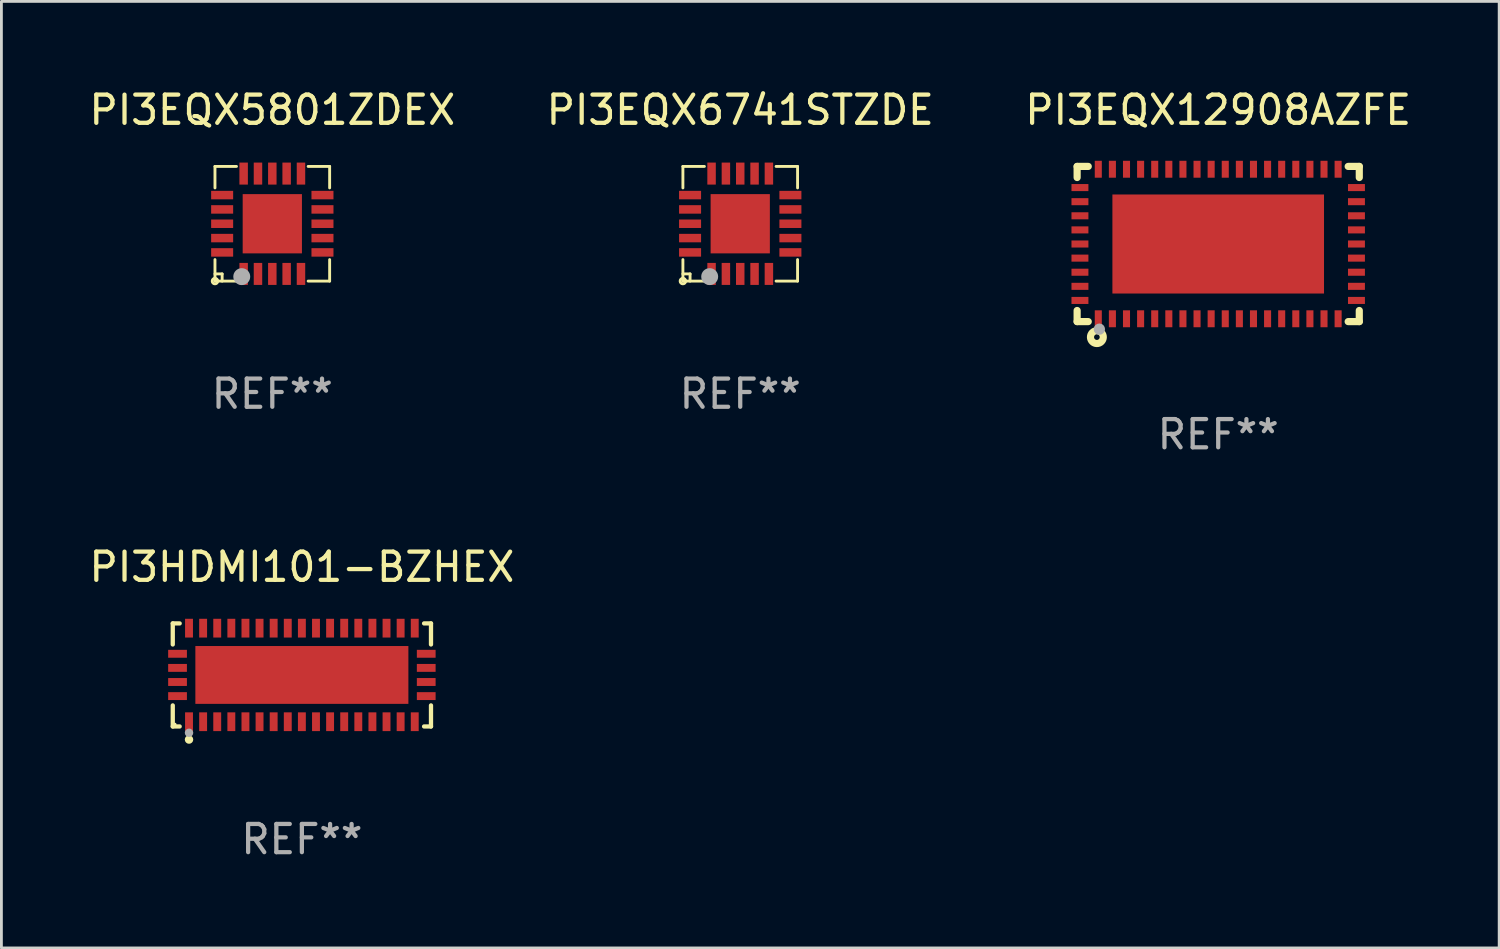
<source format=kicad_pcb>
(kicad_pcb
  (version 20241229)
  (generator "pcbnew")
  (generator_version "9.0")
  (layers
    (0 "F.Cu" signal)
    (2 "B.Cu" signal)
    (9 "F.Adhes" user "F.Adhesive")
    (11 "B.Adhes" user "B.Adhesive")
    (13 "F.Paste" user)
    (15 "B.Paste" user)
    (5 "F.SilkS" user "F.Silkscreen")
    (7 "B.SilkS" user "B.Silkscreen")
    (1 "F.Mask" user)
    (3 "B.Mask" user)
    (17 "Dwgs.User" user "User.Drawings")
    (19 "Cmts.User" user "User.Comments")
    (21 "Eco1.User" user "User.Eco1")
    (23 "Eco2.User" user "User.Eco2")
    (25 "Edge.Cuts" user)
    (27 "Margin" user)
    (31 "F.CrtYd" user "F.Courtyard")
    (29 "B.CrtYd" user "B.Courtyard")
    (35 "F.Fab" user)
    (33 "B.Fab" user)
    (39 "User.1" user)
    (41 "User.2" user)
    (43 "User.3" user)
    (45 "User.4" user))
  (footprint "PI3EQX6741STZDE"
    (layer "F.Cu")
    (at 23.185 4.88)
    (property "Reference" "PI3EQX6741STZDE" (at 0 -4.032 0) (layer "F.SilkS") (effects (font (size 1 1) (thickness 0.15))))
    (attr through_hole)
    (fp_line (start -2.032 -2.032) (end -1.27 -2.032) (stroke (width 0.102) (type solid)) (layer "F.SilkS"))
    (fp_line (start -2.032 -1.27) (end -2.032 -2.032) (stroke (width 0.102) (type solid)) (layer "F.SilkS"))
    (fp_line (start -2.032 1.778) (end -1.778 1.778) (stroke (width 0.102) (type solid)) (layer "F.SilkS"))
    (fp_line (start -2.032 2.032) (end -2.032 1.27) (stroke (width 0.102) (type solid)) (layer "F.SilkS"))
    (fp_line (start -1.778 1.778) (end -1.778 2.032) (stroke (width 0.102) (type solid)) (layer "F.SilkS"))
    (fp_line (start -1.27 2.032) (end -2.032 2.032) (stroke (width 0.102) (type solid)) (layer "F.SilkS"))
    (fp_line (start 1.27 -2.032) (end 2.032 -2.032) (stroke (width 0.102) (type solid)) (layer "F.SilkS"))
    (fp_line (start 1.27 2.032) (end 2.032 2.032) (stroke (width 0.102) (type solid)) (layer "F.SilkS"))
    (fp_line (start 2.032 -2.032) (end 2.032 -1.27) (stroke (width 0.102) (type solid)) (layer "F.SilkS"))
    (fp_line (start 2.032 2.032) (end 2.032 1.27) (stroke (width 0.102) (type solid)) (layer "F.SilkS"))
    (fp_circle (center -2.032 2.032) (end -1.933 2.032) (stroke (width 0.1) (type solid)) (fill no) (layer "F.SilkS"))
    (fp_circle (center -2.002 2) (end -1.972 2) (stroke (width 0.06) (type solid)) (fill no) (layer "F.SilkS"))
    (fp_circle (center -1.083 1.874) (end -0.933 1.874) (stroke (width 0.3) (type solid)) (fill no) (layer "F.Fab"))
    (fp_text user "REF**" (at 0 6.032 0) (layer "F.Fab") (effects (font (size 1 1) (thickness 0.15))))
    (pad "1" smd rect (at -1.016 1.778 180) (size 0.3 0.78) (layers "F.Cu" "F.Mask" "F.Paste"))
    (pad "2" smd rect (at -0.508 1.778 180) (size 0.3 0.78) (layers "F.Cu" "F.Mask" "F.Paste"))
    (pad "3" smd rect (at 0.000254 1.778 180) (size 0.3 0.78) (layers "F.Cu" "F.Mask" "F.Paste"))
    (pad "4" smd rect (at 0.508 1.778 180) (size 0.3 0.78) (layers "F.Cu" "F.Mask" "F.Paste"))
    (pad "5" smd rect (at 1.016 1.778 180) (size 0.3 0.78) (layers "F.Cu" "F.Mask" "F.Paste"))
    (pad "6" smd rect (at 1.778 1.016 270) (size 0.3 0.78) (layers "F.Cu" "F.Mask" "F.Paste"))
    (pad "7" smd rect (at 1.778 0.508 270) (size 0.3 0.78) (layers "F.Cu" "F.Mask" "F.Paste"))
    (pad "8" smd rect (at 1.778 0 270) (size 0.3 0.78) (layers "F.Cu" "F.Mask" "F.Paste"))
    (pad "9" smd rect (at 1.778 -0.508 270) (size 0.3 0.78) (layers "F.Cu" "F.Mask" "F.Paste"))
    (pad "10" smd rect (at 1.778 -1.016 270) (size 0.3 0.78) (layers "F.Cu" "F.Mask" "F.Paste"))
    (pad "11" smd rect (at 1.016 -1.778) (size 0.3 0.78) (layers "F.Cu" "F.Mask" "F.Paste"))
    (pad "12" smd rect (at 0.508 -1.778) (size 0.3 0.78) (layers "F.Cu" "F.Mask" "F.Paste"))
    (pad "13" smd rect (at 0.000254 -1.778) (size 0.3 0.78) (layers "F.Cu" "F.Mask" "F.Paste"))
    (pad "14" smd rect (at -0.508 -1.778) (size 0.3 0.78) (layers "F.Cu" "F.Mask" "F.Paste"))
    (pad "15" smd rect (at -1.016 -1.778) (size 0.3 0.78) (layers "F.Cu" "F.Mask" "F.Paste"))
    (pad "16" smd rect (at -1.778 -1.016 90) (size 0.3 0.78) (layers "F.Cu" "F.Mask" "F.Paste"))
    (pad "17" smd rect (at -1.778 -0.508 90) (size 0.3 0.78) (layers "F.Cu" "F.Mask" "F.Paste"))
    (pad "18" smd rect (at -1.778 0 90) (size 0.3 0.78) (layers "F.Cu" "F.Mask" "F.Paste"))
    (pad "19" smd rect (at -1.778 0.508 90) (size 0.3 0.78) (layers "F.Cu" "F.Mask" "F.Paste"))
    (pad "20" smd rect (at -1.778 1.016 90) (size 0.3 0.78) (layers "F.Cu" "F.Mask" "F.Paste"))
    (pad "21" smd rect (at 0 0 90) (size 2.1 2.1) (layers "F.Cu" "F.Mask" "F.Paste")))
  (footprint "PI3EQX12908AZFE"
    (layer "F.Cu")
    (at 40.125 5.598)
    (property "Reference" "PI3EQX12908AZFE" (at 0 -4.75 0) (layer "F.SilkS") (effects (font (size 1 1) (thickness 0.15))))
    (attr through_hole)
    (fp_line (start -5 -2.75) (end -4.606 -2.75) (stroke (width 0.254) (type solid)) (layer "F.SilkS"))
    (fp_line (start -5 -2.356) (end -5 -2.75) (stroke (width 0.254) (type solid)) (layer "F.SilkS"))
    (fp_line (start -5 2.75) (end -5 2.356) (stroke (width 0.254) (type solid)) (layer "F.SilkS"))
    (fp_line (start -4.606 2.75) (end -5 2.75) (stroke (width 0.254) (type solid)) (layer "F.SilkS"))
    (fp_line (start 4.606 -2.75) (end 5 -2.75) (stroke (width 0.254) (type solid)) (layer "F.SilkS"))
    (fp_line (start 5 -2.75) (end 5 -2.356) (stroke (width 0.254) (type solid)) (layer "F.SilkS"))
    (fp_line (start 5 2.356) (end 5 2.75) (stroke (width 0.254) (type solid)) (layer "F.SilkS"))
    (fp_line (start 5 2.75) (end 4.606 2.75) (stroke (width 0.254) (type solid)) (layer "F.SilkS"))
    (fp_circle (center -5 2.75) (end -4.97 2.75) (stroke (width 0.06) (type solid)) (fill no) (layer "F.SilkS"))
    (fp_circle (center -4.3 3.3) (end -4.2 3.3) (stroke (width 0.254) (type solid)) (fill no) (layer "F.SilkS"))
    (fp_circle (center -4.212 3.018) (end -4.111 3.018) (stroke (width 0.2) (type solid)) (fill no) (layer "F.Fab"))
    (fp_text user "REF**" (at 0 6.75 0) (layer "F.Fab") (effects (font (size 1 1) (thickness 0.15))))
    (pad "1" smd rect (at -4.25 2.65 270) (size 0.6 0.25) (layers "F.Cu" "F.Mask" "F.Paste"))
    (pad "2" smd rect (at -3.75 2.65 270) (size 0.6 0.25) (layers "F.Cu" "F.Mask" "F.Paste"))
    (pad "3" smd rect (at -3.25 2.65 270) (size 0.6 0.25) (layers "F.Cu" "F.Mask" "F.Paste"))
    (pad "4" smd rect (at -2.75 2.65 270) (size 0.6 0.25) (layers "F.Cu" "F.Mask" "F.Paste"))
    (pad "5" smd rect (at -2.25 2.65 270) (size 0.6 0.25) (layers "F.Cu" "F.Mask" "F.Paste"))
    (pad "6" smd rect (at -1.75 2.65 270) (size 0.6 0.25) (layers "F.Cu" "F.Mask" "F.Paste"))
    (pad "7" smd rect (at -1.25 2.65 270) (size 0.6 0.25) (layers "F.Cu" "F.Mask" "F.Paste"))
    (pad "8" smd rect (at -0.75 2.65 270) (size 0.6 0.25) (layers "F.Cu" "F.Mask" "F.Paste"))
    (pad "9" smd rect (at -0.25 2.65 270) (size 0.6 0.25) (layers "F.Cu" "F.Mask" "F.Paste"))
    (pad "10" smd rect (at 0.25 2.65 270) (size 0.6 0.25) (layers "F.Cu" "F.Mask" "F.Paste"))
    (pad "11" smd rect (at 0.75 2.65 270) (size 0.6 0.25) (layers "F.Cu" "F.Mask" "F.Paste"))
    (pad "12" smd rect (at 1.25 2.65 270) (size 0.6 0.25) (layers "F.Cu" "F.Mask" "F.Paste"))
    (pad "13" smd rect (at 1.75 2.65 270) (size 0.6 0.25) (layers "F.Cu" "F.Mask" "F.Paste"))
    (pad "14" smd rect (at 2.25 2.65 270) (size 0.6 0.25) (layers "F.Cu" "F.Mask" "F.Paste"))
    (pad "15" smd rect (at 2.75 2.65 270) (size 0.6 0.25) (layers "F.Cu" "F.Mask" "F.Paste"))
    (pad "16" smd rect (at 3.25 2.65 270) (size 0.6 0.25) (layers "F.Cu" "F.Mask" "F.Paste"))
    (pad "17" smd rect (at 3.75 2.65 270) (size 0.6 0.25) (layers "F.Cu" "F.Mask" "F.Paste"))
    (pad "18" smd rect (at 4.25 2.65 270) (size 0.6 0.25) (layers "F.Cu" "F.Mask" "F.Paste"))
    (pad "19" smd rect (at 4.9 2 270) (size 0.25 0.6) (layers "F.Cu" "F.Mask" "F.Paste"))
    (pad "20" smd rect (at 4.9 1.5 270) (size 0.25 0.6) (layers "F.Cu" "F.Mask" "F.Paste"))
    (pad "21" smd rect (at 4.9 1 270) (size 0.25 0.6) (layers "F.Cu" "F.Mask" "F.Paste"))
    (pad "22" smd rect (at 4.9 0.5 270) (size 0.25 0.6) (layers "F.Cu" "F.Mask" "F.Paste"))
    (pad "23" smd rect (at 4.9 -0.000076 270) (size 0.25 0.6) (layers "F.Cu" "F.Mask" "F.Paste"))
    (pad "24" smd rect (at 4.9 -0.5 270) (size 0.25 0.6) (layers "F.Cu" "F.Mask" "F.Paste"))
    (pad "25" smd rect (at 4.9 -1 270) (size 0.25 0.6) (layers "F.Cu" "F.Mask" "F.Paste"))
    (pad "26" smd rect (at 4.9 -1.5 270) (size 0.25 0.6) (layers "F.Cu" "F.Mask" "F.Paste"))
    (pad "27" smd rect (at 4.9 -2 270) (size 0.25 0.6) (layers "F.Cu" "F.Mask" "F.Paste"))
    (pad "28" smd rect (at 4.25 -2.65 270) (size 0.6 0.25) (layers "F.Cu" "F.Mask" "F.Paste"))
    (pad "29" smd rect (at 3.75 -2.65 270) (size 0.6 0.25) (layers "F.Cu" "F.Mask" "F.Paste"))
    (pad "30" smd rect (at 3.25 -2.65 270) (size 0.6 0.25) (layers "F.Cu" "F.Mask" "F.Paste"))
    (pad "31" smd rect (at 2.75 -2.65 270) (size 0.6 0.25) (layers "F.Cu" "F.Mask" "F.Paste"))
    (pad "32" smd rect (at 2.25 -2.65 270) (size 0.6 0.25) (layers "F.Cu" "F.Mask" "F.Paste"))
    (pad "33" smd rect (at 1.75 -2.65 270) (size 0.6 0.25) (layers "F.Cu" "F.Mask" "F.Paste"))
    (pad "34" smd rect (at 1.25 -2.65 270) (size 0.6 0.25) (layers "F.Cu" "F.Mask" "F.Paste"))
    (pad "35" smd rect (at 0.75 -2.65 270) (size 0.6 0.25) (layers "F.Cu" "F.Mask" "F.Paste"))
    (pad "36" smd rect (at 0.25 -2.65 270) (size 0.6 0.25) (layers "F.Cu" "F.Mask" "F.Paste"))
    (pad "37" smd rect (at -0.25 -2.65 270) (size 0.6 0.25) (layers "F.Cu" "F.Mask" "F.Paste"))
    (pad "38" smd rect (at -0.75 -2.65 270) (size 0.6 0.25) (layers "F.Cu" "F.Mask" "F.Paste"))
    (pad "39" smd rect (at -1.25 -2.65 270) (size 0.6 0.25) (layers "F.Cu" "F.Mask" "F.Paste"))
    (pad "40" smd rect (at -1.75 -2.65 270) (size 0.6 0.25) (layers "F.Cu" "F.Mask" "F.Paste"))
    (pad "41" smd rect (at -2.25 -2.65 270) (size 0.6 0.25) (layers "F.Cu" "F.Mask" "F.Paste"))
    (pad "42" smd rect (at -2.75 -2.65 270) (size 0.6 0.25) (layers "F.Cu" "F.Mask" "F.Paste"))
    (pad "43" smd rect (at -3.25 -2.65 270) (size 0.6 0.25) (layers "F.Cu" "F.Mask" "F.Paste"))
    (pad "44" smd rect (at -3.75 -2.65 270) (size 0.6 0.25) (layers "F.Cu" "F.Mask" "F.Paste"))
    (pad "45" smd rect (at -4.25 -2.65 270) (size 0.6 0.25) (layers "F.Cu" "F.Mask" "F.Paste"))
    (pad "46" smd rect (at -4.9 -2 270) (size 0.25 0.6) (layers "F.Cu" "F.Mask" "F.Paste"))
    (pad "47" smd rect (at -4.9 -1.5 270) (size 0.25 0.6) (layers "F.Cu" "F.Mask" "F.Paste"))
    (pad "48" smd rect (at -4.9 -1 270) (size 0.25 0.6) (layers "F.Cu" "F.Mask" "F.Paste"))
    (pad "49" smd rect (at -4.9 -0.5 270) (size 0.25 0.6) (layers "F.Cu" "F.Mask" "F.Paste"))
    (pad "50" smd rect (at -4.9 -0.000076 270) (size 0.25 0.6) (layers "F.Cu" "F.Mask" "F.Paste"))
    (pad "51" smd rect (at -4.9 0.5 270) (size 0.25 0.6) (layers "F.Cu" "F.Mask" "F.Paste"))
    (pad "52" smd rect (at -4.9 1 270) (size 0.25 0.6) (layers "F.Cu" "F.Mask" "F.Paste"))
    (pad "53" smd rect (at -4.9 1.5 270) (size 0.25 0.6) (layers "F.Cu" "F.Mask" "F.Paste"))
    (pad "54" smd rect (at -4.9 2 270) (size 0.25 0.6) (layers "F.Cu" "F.Mask" "F.Paste"))
    (pad "55" smd rect (at 0.000064 -0.000076 270) (size 3.51 7.5) (layers "F.Cu" "F.Mask" "F.Paste")))
  (footprint "PI3EQX5801ZDEX"
    (layer "F.Cu")
    (at 6.601 4.88)
    (property "Reference" "PI3EQX5801ZDEX" (at 0 -4.032 0) (layer "F.SilkS") (effects (font (size 1 1) (thickness 0.15))))
    (attr through_hole)
    (fp_line (start -2.032 -2.032) (end -1.27 -2.032) (stroke (width 0.102) (type solid)) (layer "F.SilkS"))
    (fp_line (start -2.032 -1.27) (end -2.032 -2.032) (stroke (width 0.102) (type solid)) (layer "F.SilkS"))
    (fp_line (start -2.032 1.778) (end -1.778 1.778) (stroke (width 0.102) (type solid)) (layer "F.SilkS"))
    (fp_line (start -2.032 2.032) (end -2.032 1.27) (stroke (width 0.102) (type solid)) (layer "F.SilkS"))
    (fp_line (start -1.778 1.778) (end -1.778 2.032) (stroke (width 0.102) (type solid)) (layer "F.SilkS"))
    (fp_line (start -1.27 2.032) (end -2.032 2.032) (stroke (width 0.102) (type solid)) (layer "F.SilkS"))
    (fp_line (start 1.27 -2.032) (end 2.032 -2.032) (stroke (width 0.102) (type solid)) (layer "F.SilkS"))
    (fp_line (start 1.27 2.032) (end 2.032 2.032) (stroke (width 0.102) (type solid)) (layer "F.SilkS"))
    (fp_line (start 2.032 -2.032) (end 2.032 -1.27) (stroke (width 0.102) (type solid)) (layer "F.SilkS"))
    (fp_line (start 2.032 2.032) (end 2.032 1.27) (stroke (width 0.102) (type solid)) (layer "F.SilkS"))
    (fp_circle (center -2.032 2.032) (end -1.933 2.032) (stroke (width 0.1) (type solid)) (fill no) (layer "F.SilkS"))
    (fp_circle (center -2.002 2) (end -1.972 2) (stroke (width 0.06) (type solid)) (fill no) (layer "F.SilkS"))
    (fp_circle (center -1.083 1.874) (end -0.933 1.874) (stroke (width 0.3) (type solid)) (fill no) (layer "F.Fab"))
    (fp_text user "REF**" (at 0 6.032 0) (layer "F.Fab") (effects (font (size 1 1) (thickness 0.15))))
    (pad "1" smd rect (at -1.016 1.778 180) (size 0.3 0.78) (layers "F.Cu" "F.Mask" "F.Paste"))
    (pad "2" smd rect (at -0.508 1.778 180) (size 0.3 0.78) (layers "F.Cu" "F.Mask" "F.Paste"))
    (pad "3" smd rect (at 0.000254 1.778 180) (size 0.3 0.78) (layers "F.Cu" "F.Mask" "F.Paste"))
    (pad "4" smd rect (at 0.508 1.778 180) (size 0.3 0.78) (layers "F.Cu" "F.Mask" "F.Paste"))
    (pad "5" smd rect (at 1.016 1.778 180) (size 0.3 0.78) (layers "F.Cu" "F.Mask" "F.Paste"))
    (pad "6" smd rect (at 1.778 1.016 270) (size 0.3 0.78) (layers "F.Cu" "F.Mask" "F.Paste"))
    (pad "7" smd rect (at 1.778 0.508 270) (size 0.3 0.78) (layers "F.Cu" "F.Mask" "F.Paste"))
    (pad "8" smd rect (at 1.778 0 270) (size 0.3 0.78) (layers "F.Cu" "F.Mask" "F.Paste"))
    (pad "9" smd rect (at 1.778 -0.508 270) (size 0.3 0.78) (layers "F.Cu" "F.Mask" "F.Paste"))
    (pad "10" smd rect (at 1.778 -1.016 270) (size 0.3 0.78) (layers "F.Cu" "F.Mask" "F.Paste"))
    (pad "11" smd rect (at 1.016 -1.778) (size 0.3 0.78) (layers "F.Cu" "F.Mask" "F.Paste"))
    (pad "12" smd rect (at 0.508 -1.778) (size 0.3 0.78) (layers "F.Cu" "F.Mask" "F.Paste"))
    (pad "13" smd rect (at 0.000254 -1.778) (size 0.3 0.78) (layers "F.Cu" "F.Mask" "F.Paste"))
    (pad "14" smd rect (at -0.508 -1.778) (size 0.3 0.78) (layers "F.Cu" "F.Mask" "F.Paste"))
    (pad "15" smd rect (at -1.016 -1.778) (size 0.3 0.78) (layers "F.Cu" "F.Mask" "F.Paste"))
    (pad "16" smd rect (at -1.778 -1.016 90) (size 0.3 0.78) (layers "F.Cu" "F.Mask" "F.Paste"))
    (pad "17" smd rect (at -1.778 -0.508 90) (size 0.3 0.78) (layers "F.Cu" "F.Mask" "F.Paste"))
    (pad "18" smd rect (at -1.778 0 90) (size 0.3 0.78) (layers "F.Cu" "F.Mask" "F.Paste"))
    (pad "19" smd rect (at -1.778 0.508 90) (size 0.3 0.78) (layers "F.Cu" "F.Mask" "F.Paste"))
    (pad "20" smd rect (at -1.778 1.016 90) (size 0.3 0.78) (layers "F.Cu" "F.Mask" "F.Paste"))
    (pad "21" smd rect (at 0 0 90) (size 2.1 2.1) (layers "F.Cu" "F.Mask" "F.Paste")))
  (footprint "PI3HDMI101-BZHEX"
    (layer "F.Cu")
    (at 7.649 20.871)
    (property "Reference" "PI3HDMI101-BZHEX" (at 0 -3.826 0) (layer "F.SilkS") (effects (font (size 1 1) (thickness 0.15))))
    (attr through_hole)
    (fp_line (start -4.576 -1.826) (end -4.331 -1.826) (stroke (width 0.152) (type solid)) (layer "F.SilkS"))
    (fp_line (start -4.576 -1.08) (end -4.576 -1.826) (stroke (width 0.152) (type solid)) (layer "F.SilkS"))
    (fp_line (start -4.576 1.08) (end -4.576 1.826) (stroke (width 0.152) (type solid)) (layer "F.SilkS"))
    (fp_line (start -4.576 1.826) (end -4.331 1.826) (stroke (width 0.152) (type solid)) (layer "F.SilkS"))
    (fp_line (start 4.576 -1.826) (end 4.331 -1.826) (stroke (width 0.152) (type solid)) (layer "F.SilkS"))
    (fp_line (start 4.576 -1.08) (end 4.576 -1.826) (stroke (width 0.152) (type solid)) (layer "F.SilkS"))
    (fp_line (start 4.576 1.08) (end 4.576 1.826) (stroke (width 0.152) (type solid)) (layer "F.SilkS"))
    (fp_line (start 4.576 1.826) (end 4.331 1.826) (stroke (width 0.152) (type solid)) (layer "F.SilkS"))
    (fp_circle (center -4.5 1.75) (end -4.47 1.75) (stroke (width 0.06) (type solid)) (fill no) (layer "F.SilkS"))
    (fp_circle (center -4 2.29) (end -3.925 2.29) (stroke (width 0.15) (type solid)) (fill no) (layer "F.SilkS"))
    (fp_circle (center -4 2.05) (end -3.925 2.05) (stroke (width 0.15) (type solid)) (fill no) (layer "F.Fab"))
    (fp_text user "REF**" (at 0 5.826 0) (layer "F.Fab") (effects (font (size 1 1) (thickness 0.15))))
    (pad "1" smd rect (at -4 1.658) (size 0.28 0.665) (layers "F.Cu" "F.Mask" "F.Paste"))
    (pad "2" smd rect (at -3.5 1.658) (size 0.28 0.665) (layers "F.Cu" "F.Mask" "F.Paste"))
    (pad "3" smd rect (at -3 1.658) (size 0.28 0.665) (layers "F.Cu" "F.Mask" "F.Paste"))
    (pad "4" smd rect (at -2.5 1.658) (size 0.28 0.665) (layers "F.Cu" "F.Mask" "F.Paste"))
    (pad "5" smd rect (at -2 1.658) (size 0.28 0.665) (layers "F.Cu" "F.Mask" "F.Paste"))
    (pad "6" smd rect (at -1.5 1.658) (size 0.28 0.665) (layers "F.Cu" "F.Mask" "F.Paste"))
    (pad "7" smd rect (at -1 1.658) (size 0.28 0.665) (layers "F.Cu" "F.Mask" "F.Paste"))
    (pad "8" smd rect (at -0.5 1.658) (size 0.28 0.665) (layers "F.Cu" "F.Mask" "F.Paste"))
    (pad "9" smd rect (at 0 1.658) (size 0.28 0.665) (layers "F.Cu" "F.Mask" "F.Paste"))
    (pad "10" smd rect (at 0.5 1.658) (size 0.28 0.665) (layers "F.Cu" "F.Mask" "F.Paste"))
    (pad "11" smd rect (at 1 1.658) (size 0.28 0.665) (layers "F.Cu" "F.Mask" "F.Paste"))
    (pad "12" smd rect (at 1.5 1.658) (size 0.28 0.665) (layers "F.Cu" "F.Mask" "F.Paste"))
    (pad "13" smd rect (at 2 1.658) (size 0.28 0.665) (layers "F.Cu" "F.Mask" "F.Paste"))
    (pad "14" smd rect (at 2.5 1.658) (size 0.28 0.665) (layers "F.Cu" "F.Mask" "F.Paste"))
    (pad "15" smd rect (at 3 1.658) (size 0.28 0.665) (layers "F.Cu" "F.Mask" "F.Paste"))
    (pad "16" smd rect (at 3.5 1.658) (size 0.28 0.665) (layers "F.Cu" "F.Mask" "F.Paste"))
    (pad "17" smd rect (at 4 1.658) (size 0.28 0.665) (layers "F.Cu" "F.Mask" "F.Paste"))
    (pad "18" smd rect (at 4.407 0.75) (size 0.665 0.28) (layers "F.Cu" "F.Mask" "F.Paste"))
    (pad "19" smd rect (at 4.407 0.25) (size 0.665 0.28) (layers "F.Cu" "F.Mask" "F.Paste"))
    (pad "20" smd rect (at 4.407 -0.25) (size 0.665 0.28) (layers "F.Cu" "F.Mask" "F.Paste"))
    (pad "21" smd rect (at 4.407 -0.75) (size 0.665 0.28) (layers "F.Cu" "F.Mask" "F.Paste"))
    (pad "22" smd rect (at 4 -1.658) (size 0.28 0.665) (layers "F.Cu" "F.Mask" "F.Paste"))
    (pad "23" smd rect (at 3.5 -1.658) (size 0.28 0.665) (layers "F.Cu" "F.Mask" "F.Paste"))
    (pad "24" smd rect (at 3 -1.658) (size 0.28 0.665) (layers "F.Cu" "F.Mask" "F.Paste"))
    (pad "25" smd rect (at 2.5 -1.658) (size 0.28 0.665) (layers "F.Cu" "F.Mask" "F.Paste"))
    (pad "26" smd rect (at 2 -1.658) (size 0.28 0.665) (layers "F.Cu" "F.Mask" "F.Paste"))
    (pad "27" smd rect (at 1.5 -1.658) (size 0.28 0.665) (layers "F.Cu" "F.Mask" "F.Paste"))
    (pad "28" smd rect (at 1 -1.658) (size 0.28 0.665) (layers "F.Cu" "F.Mask" "F.Paste"))
    (pad "29" smd rect (at 0.5 -1.658) (size 0.28 0.665) (layers "F.Cu" "F.Mask" "F.Paste"))
    (pad "30" smd rect (at 0 -1.658) (size 0.28 0.665) (layers "F.Cu" "F.Mask" "F.Paste"))
    (pad "31" smd rect (at -0.5 -1.658) (size 0.28 0.665) (layers "F.Cu" "F.Mask" "F.Paste"))
    (pad "32" smd rect (at -1 -1.658) (size 0.28 0.665) (layers "F.Cu" "F.Mask" "F.Paste"))
    (pad "33" smd rect (at -1.5 -1.658) (size 0.28 0.665) (layers "F.Cu" "F.Mask" "F.Paste"))
    (pad "34" smd rect (at -2 -1.658) (size 0.28 0.665) (layers "F.Cu" "F.Mask" "F.Paste"))
    (pad "35" smd rect (at -2.5 -1.658) (size 0.28 0.665) (layers "F.Cu" "F.Mask" "F.Paste"))
    (pad "36" smd rect (at -3 -1.658) (size 0.28 0.665) (layers "F.Cu" "F.Mask" "F.Paste"))
    (pad "37" smd rect (at -3.5 -1.658) (size 0.28 0.665) (layers "F.Cu" "F.Mask" "F.Paste"))
    (pad "38" smd rect (at -4 -1.658) (size 0.28 0.665) (layers "F.Cu" "F.Mask" "F.Paste"))
    (pad "39" smd rect (at -4.407 -0.75) (size 0.665 0.28) (layers "F.Cu" "F.Mask" "F.Paste"))
    (pad "40" smd rect (at -4.407 -0.25) (size 0.665 0.28) (layers "F.Cu" "F.Mask" "F.Paste"))
    (pad "41" smd rect (at -4.407 0.25) (size 0.665 0.28) (layers "F.Cu" "F.Mask" "F.Paste"))
    (pad "42" smd rect (at -4.407 0.75) (size 0.665 0.28) (layers "F.Cu" "F.Mask" "F.Paste"))
    (pad "43" smd rect (at 0 0) (size 7.55 2.05) (layers "F.Cu" "F.Mask" "F.Paste")))
  (gr_rect
    (start -3 -3)
    (end 50.083 30.546)
    (stroke (width 0.1) (type default))
    (fill no)
    (layer "Edge.Cuts")))
</source>
